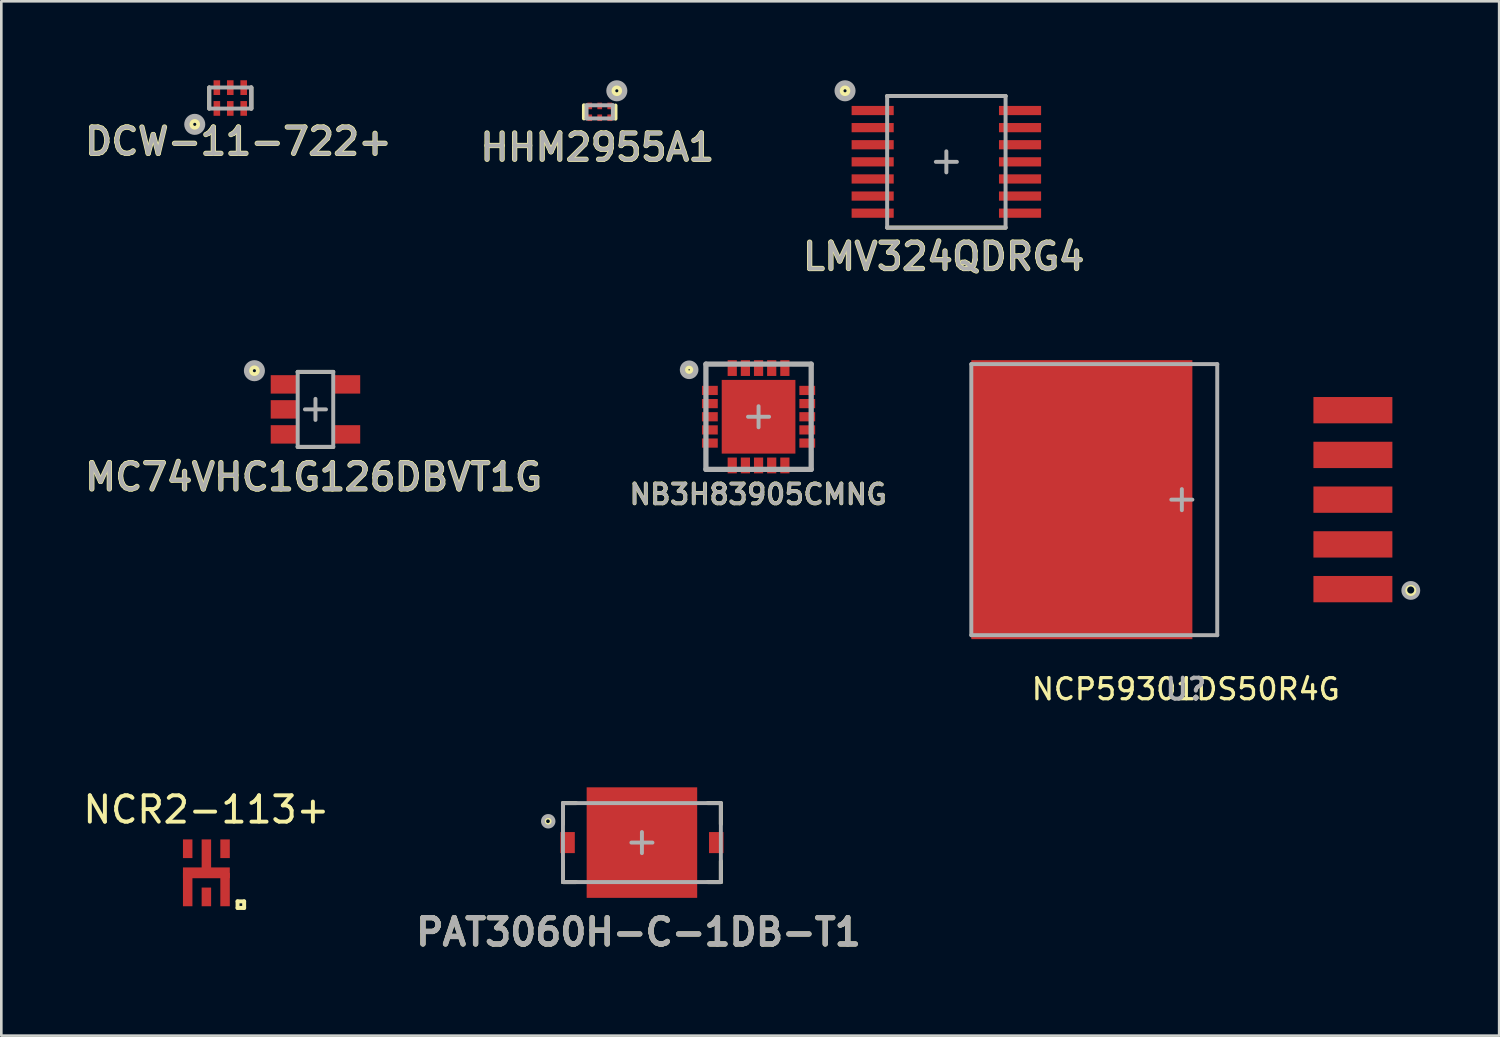
<source format=kicad_pcb>
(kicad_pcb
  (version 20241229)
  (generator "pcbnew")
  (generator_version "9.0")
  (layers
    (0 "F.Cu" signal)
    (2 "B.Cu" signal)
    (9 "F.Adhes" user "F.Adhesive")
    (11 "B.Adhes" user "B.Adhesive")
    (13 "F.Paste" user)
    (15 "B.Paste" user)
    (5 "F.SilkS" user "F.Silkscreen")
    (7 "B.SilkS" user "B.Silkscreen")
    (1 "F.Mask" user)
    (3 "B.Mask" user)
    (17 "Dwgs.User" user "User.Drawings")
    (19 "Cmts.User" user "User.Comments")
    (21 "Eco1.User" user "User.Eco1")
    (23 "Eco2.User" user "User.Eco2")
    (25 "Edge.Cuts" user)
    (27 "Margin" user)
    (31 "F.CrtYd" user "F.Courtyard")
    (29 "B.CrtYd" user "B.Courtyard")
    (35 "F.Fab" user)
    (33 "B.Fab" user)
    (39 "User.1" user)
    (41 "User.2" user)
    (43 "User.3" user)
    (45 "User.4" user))
  (footprint "NB3H83905CMNG"
    (layer "F.Cu")
    (at 25.774 12.786)
    (property "Reference" "NB3H83905CMNG" (at -0.016 2.949 0) (layer "F.SilkS") (effects (font (size 0.75 0.75) (thickness 0.15))))
    (attr through_hole)
    (fp_line (start -2 -2) (end -2 -1.3) (stroke (width 0.15) (type solid)) (layer "F.SilkS"))
    (fp_line (start -2 1.3) (end -2 2) (stroke (width 0.15) (type solid)) (layer "F.SilkS"))
    (fp_line (start -1.3 -2) (end -2 -2) (stroke (width 0.15) (type solid)) (layer "F.SilkS"))
    (fp_line (start -1.3 2) (end -2 2) (stroke (width 0.15) (type solid)) (layer "F.SilkS"))
    (fp_line (start 2 -2) (end 1.3 -2) (stroke (width 0.15) (type solid)) (layer "F.SilkS"))
    (fp_line (start 2 -2) (end 2 -1.3) (stroke (width 0.15) (type solid)) (layer "F.SilkS"))
    (fp_line (start 2 1.3) (end 2 2) (stroke (width 0.15) (type solid)) (layer "F.SilkS"))
    (fp_line (start 2 2) (end 1.3 2) (stroke (width 0.15) (type solid)) (layer "F.SilkS"))
    (fp_circle (center -2.638 -1.785) (end -2.764 -1.785) (stroke (width 0.2) (type solid)) (fill no) (layer "F.SilkS"))
    (fp_line (start -2 -2) (end -2 2) (stroke (width 0.2) (type solid)) (layer "F.Fab"))
    (fp_line (start -2 2) (end 2 2) (stroke (width 0.2) (type solid)) (layer "F.Fab"))
    (fp_line (start -0.4 0) (end 0.4 0) (stroke (width 0.15) (type solid)) (layer "F.Fab"))
    (fp_line (start 0 -0.4) (end 0 0.4) (stroke (width 0.15) (type solid)) (layer "F.Fab"))
    (fp_line (start 2 -2) (end -2 -2) (stroke (width 0.2) (type solid)) (layer "F.Fab"))
    (fp_line (start 2 -2) (end 2 2) (stroke (width 0.2) (type solid)) (layer "F.Fab"))
    (fp_circle (center -2.638 -1.785) (end -2.892 -1.785) (stroke (width 0.2) (type solid)) (fill no) (layer "F.Fab"))
    (fp_text user "${REFERENCE}" (at -0.016 2.949 0) (layer "F.Fab") (effects (font (size 0.75 0.75) (thickness 0.125))))
    (pad "1" smd rect (at -1.85 -1) (size 0.6 0.35) (layers "F.Cu" "F.Mask" "F.Paste"))
    (pad "2" smd rect (at -1.85 -0.5) (size 0.6 0.35) (layers "F.Cu" "F.Mask" "F.Paste"))
    (pad "3" smd rect (at -1.85 0) (size 0.6 0.35) (layers "F.Cu" "F.Mask" "F.Paste"))
    (pad "4" smd rect (at -1.85 0.5) (size 0.6 0.35) (layers "F.Cu" "F.Mask" "F.Paste"))
    (pad "5" smd rect (at -1.85 1) (size 0.6 0.35) (layers "F.Cu" "F.Mask" "F.Paste"))
    (pad "6" smd rect (at -1 1.85) (size 0.35 0.6) (layers "F.Cu" "F.Mask" "F.Paste"))
    (pad "7" smd rect (at -0.5 1.85) (size 0.35 0.6) (layers "F.Cu" "F.Mask" "F.Paste"))
    (pad "8" smd rect (at 0 1.85) (size 0.35 0.6) (layers "F.Cu" "F.Mask" "F.Paste"))
    (pad "9" smd rect (at 0.5 1.85) (size 0.35 0.6) (layers "F.Cu" "F.Mask" "F.Paste"))
    (pad "10" smd rect (at 1 1.85) (size 0.35 0.6) (layers "F.Cu" "F.Mask" "F.Paste"))
    (pad "11" smd rect (at 1.85 1) (size 0.6 0.35) (layers "F.Cu" "F.Mask" "F.Paste"))
    (pad "12" smd rect (at 1.85 0.5) (size 0.6 0.35) (layers "F.Cu" "F.Mask" "F.Paste"))
    (pad "13" smd rect (at 1.85 0) (size 0.6 0.35) (layers "F.Cu" "F.Mask" "F.Paste"))
    (pad "14" smd rect (at 1.85 -0.5) (size 0.6 0.35) (layers "F.Cu" "F.Mask" "F.Paste"))
    (pad "15" smd rect (at 1.85 -1) (size 0.6 0.35) (layers "F.Cu" "F.Mask" "F.Paste"))
    (pad "16" smd rect (at 1 -1.85) (size 0.35 0.6) (layers "F.Cu" "F.Mask" "F.Paste"))
    (pad "17" smd rect (at 0.5 -1.85) (size 0.35 0.6) (layers "F.Cu" "F.Mask" "F.Paste"))
    (pad "18" smd rect (at 0 -1.85) (size 0.35 0.6) (layers "F.Cu" "F.Mask" "F.Paste"))
    (pad "19" smd rect (at -0.5 -1.85) (size 0.35 0.6) (layers "F.Cu" "F.Mask" "F.Paste"))
    (pad "20" smd rect (at -1 -1.85) (size 0.35 0.6) (layers "F.Cu" "F.Mask" "F.Paste"))
    (pad "21" smd rect (at 0 0) (size 2.8 2.8) (layers "F.Cu" "F.Mask")))
  (footprint "MC74VHC1G126DBVT1G"
    (layer "F.Cu")
    (at 8.937 12.506)
    (property "Reference" "MC74VHC1G126DBVT1G" (at -0.07 2.57 0) (layer "F.SilkS") (effects (font (size 1 1) (thickness 0.2))))
    (attr through_hole)
    (fp_line (start -0.675 -1.425) (end 0.675 -1.425) (stroke (width 0.15) (type solid)) (layer "F.SilkS"))
    (fp_line (start -0.675 1.425) (end 0.675 1.425) (stroke (width 0.15) (type solid)) (layer "F.SilkS"))
    (fp_circle (center -2.32 -1.47) (end -2.17 -1.42) (stroke (width 0.2) (type solid)) (fill no) (layer "F.SilkS"))
    (fp_line (start -0.675 -1.425) (end -0.675 1.425) (stroke (width 0.15) (type solid)) (layer "F.Fab"))
    (fp_line (start -0.675 -1.425) (end 0.675 -1.425) (stroke (width 0.15) (type solid)) (layer "F.Fab"))
    (fp_line (start -0.675 1.425) (end 0.675 1.425) (stroke (width 0.15) (type solid)) (layer "F.Fab"))
    (fp_line (start -0.4 0) (end 0.4 0) (stroke (width 0.15) (type solid)) (layer "F.Fab"))
    (fp_line (start 0 -0.4) (end 0 0.4) (stroke (width 0.15) (type solid)) (layer "F.Fab"))
    (fp_line (start 0.675 -1.425) (end 0.675 1.425) (stroke (width 0.15) (type solid)) (layer "F.Fab"))
    (fp_circle (center -2.32 -1.47) (end -2.02 -1.47) (stroke (width 0.2) (type solid)) (fill no) (layer "F.Fab"))
    (fp_text user "${REFERENCE}" (at -0.07 2.57 0) (layer "F.Fab") (effects (font (size 1 1) (thickness 0.15))))
    (pad "1" smd rect (at -1.2 -0.95) (size 1 0.7) (layers "F.Cu" "F.Mask" "F.Paste"))
    (pad "2" smd rect (at -1.2 0) (size 1 0.7) (layers "F.Cu" "F.Mask" "F.Paste"))
    (pad "3" smd rect (at -1.2 0.95) (size 1 0.7) (layers "F.Cu" "F.Mask" "F.Paste"))
    (pad "4" smd rect (at 1.2 0.95) (size 1 0.7) (layers "F.Cu" "F.Mask" "F.Paste"))
    (pad "5" smd rect (at 1.2 -0.95) (size 1 0.7) (layers "F.Cu" "F.Mask" "F.Paste")))
  (footprint "PAT3060H-C-1DB-T1"
    (layer "F.Cu")
    (at 21.342 28.967)
    (property "Reference" "PAT3060H-C-1DB-T1" (at -0.13 3.4 0) (layer "F.SilkS") (effects (font (size 1 1) (thickness 0.2))))
    (attr through_hole)
    (fp_line (start -3 -1.5) (end -3 -0.7) (stroke (width 0.15) (type solid)) (layer "F.SilkS"))
    (fp_line (start -3 -1.5) (end -2.5 -1.5) (stroke (width 0.15) (type solid)) (layer "F.SilkS"))
    (fp_line (start -3 0.7) (end -3 1.5) (stroke (width 0.15) (type solid)) (layer "F.SilkS"))
    (fp_line (start -3 1.5) (end -2.5 1.5) (stroke (width 0.15) (type solid)) (layer "F.SilkS"))
    (fp_line (start 2.5 -1.5) (end 3 -1.5) (stroke (width 0.15) (type solid)) (layer "F.SilkS"))
    (fp_line (start 2.5 1.5) (end 3 1.5) (stroke (width 0.15) (type solid)) (layer "F.SilkS"))
    (fp_line (start 3 -1.5) (end 3 -0.7) (stroke (width 0.15) (type solid)) (layer "F.SilkS"))
    (fp_line (start 3 0.7) (end 3 1.5) (stroke (width 0.15) (type solid)) (layer "F.SilkS"))
    (fp_circle (center -3.57 -0.81) (end -3.463 -0.71) (stroke (width 0.152) (type solid)) (fill no) (layer "F.SilkS"))
    (fp_line (start -3 -1.5) (end -3 1.5) (stroke (width 0.15) (type solid)) (layer "F.Fab"))
    (fp_line (start -0.4 0) (end 0.4 0) (stroke (width 0.15) (type solid)) (layer "F.Fab"))
    (fp_line (start 0 -0.4) (end 0 0.4) (stroke (width 0.15) (type solid)) (layer "F.Fab"))
    (fp_line (start 3 -1.5) (end -3 -1.5) (stroke (width 0.15) (type solid)) (layer "F.Fab"))
    (fp_line (start 3 -1.5) (end 3 1.5) (stroke (width 0.15) (type solid)) (layer "F.Fab"))
    (fp_line (start 3 1.5) (end -3 1.5) (stroke (width 0.15) (type solid)) (layer "F.Fab"))
    (fp_circle (center -3.56 -0.81) (end -3.36 -0.81) (stroke (width 0.15) (type solid)) (fill no) (layer "F.Fab"))
    (fp_text user "${REFERENCE}" (at -0.13 3.4 0) (layer "F.Fab") (effects (font (size 1 1) (thickness 0.2))))
    (pad "1" smd rect (at -2.825 0) (size 0.55 0.8) (layers "F.Cu" "F.Mask" "F.Paste"))
    (pad "2" smd rect (at 2.825 0) (size 0.55 0.8) (layers "F.Cu" "F.Mask" "F.Paste"))
    (pad "3" smd rect (at 0 0) (size 4.2 4.2) (layers "F.Cu" "F.Mask" "F.Paste")))
  (footprint "LMV324QDRG4"
    (layer "F.Cu")
    (at 32.91 3.1)
    (property "Reference" "LMV324QDRG4" (at -0.1 3.6 0) (layer "F.SilkS") (effects (font (size 1 1) (thickness 0.2))))
    (attr through_hole)
    (fp_line (start -2.25 -2.5) (end 2.25 -2.5) (stroke (width 0.15) (type solid)) (layer "F.SilkS"))
    (fp_line (start -2.25 2.5) (end 2.25 2.5) (stroke (width 0.15) (type solid)) (layer "F.SilkS"))
    (fp_circle (center -3.85 -2.7) (end -3.7 -2.65) (stroke (width 0.2) (type solid)) (fill no) (layer "F.SilkS"))
    (fp_line (start -2.25 -2.5) (end -2.25 2.5) (stroke (width 0.15) (type solid)) (layer "F.Fab"))
    (fp_line (start -2.25 -2.5) (end 2.25 -2.5) (stroke (width 0.15) (type solid)) (layer "F.Fab"))
    (fp_line (start -2.25 2.5) (end 2.25 2.5) (stroke (width 0.15) (type solid)) (layer "F.Fab"))
    (fp_line (start -0.4 0) (end 0.4 0) (stroke (width 0.15) (type solid)) (layer "F.Fab"))
    (fp_line (start 0 -0.4) (end 0 0.4) (stroke (width 0.15) (type solid)) (layer "F.Fab"))
    (fp_line (start 2.25 -2.5) (end 2.25 2.5) (stroke (width 0.15) (type solid)) (layer "F.Fab"))
    (fp_circle (center -3.85 -2.7) (end -3.55 -2.7) (stroke (width 0.2) (type solid)) (fill no) (layer "F.Fab"))
    (fp_text user "${REFERENCE}" (at -0.1 3.6 0) (layer "F.Fab") (effects (font (size 1 1) (thickness 0.15))))
    (pad "1" smd rect (at -2.8 -1.95) (size 1.6 0.35) (layers "F.Cu" "F.Mask" "F.Paste"))
    (pad "2" smd rect (at -2.8 -1.3) (size 1.6 0.35) (layers "F.Cu" "F.Mask" "F.Paste"))
    (pad "3" smd rect (at -2.8 -0.65) (size 1.6 0.35) (layers "F.Cu" "F.Mask" "F.Paste"))
    (pad "4" smd rect (at -2.8 0) (size 1.6 0.35) (layers "F.Cu" "F.Mask" "F.Paste"))
    (pad "5" smd rect (at -2.8 0.65) (size 1.6 0.35) (layers "F.Cu" "F.Mask" "F.Paste"))
    (pad "6" smd rect (at -2.8 1.3) (size 1.6 0.35) (layers "F.Cu" "F.Mask" "F.Paste"))
    (pad "7" smd rect (at -2.8 1.95) (size 1.6 0.35) (layers "F.Cu" "F.Mask" "F.Paste"))
    (pad "8" smd rect (at 2.8 1.95) (size 1.6 0.35) (layers "F.Cu" "F.Mask" "F.Paste"))
    (pad "9" smd rect (at 2.8 1.3) (size 1.6 0.35) (layers "F.Cu" "F.Mask" "F.Paste"))
    (pad "10" smd rect (at 2.8 0.65) (size 1.6 0.35) (layers "F.Cu" "F.Mask" "F.Paste"))
    (pad "11" smd rect (at 2.8 0) (size 1.6 0.35) (layers "F.Cu" "F.Mask" "F.Paste"))
    (pad "12" smd rect (at 2.8 -0.65) (size 1.6 0.35) (layers "F.Cu" "F.Mask" "F.Paste"))
    (pad "13" smd rect (at 2.8 -1.3) (size 1.6 0.35) (layers "F.Cu" "F.Mask" "F.Paste"))
    (pad "14" smd rect (at 2.8 -1.95) (size 1.6 0.35) (layers "F.Cu" "F.Mask" "F.Paste")))
  (footprint "DCW-11-722+"
    (layer "F.Cu")
    (at 5.7 0.675)
    (property "Reference" "DCW-11-722+" (at 0.31 1.65 0) (layer "F.SilkS") (effects (font (size 1 1) (thickness 0.2))))
    (attr through_hole)
    (fp_line (start -0.8 -0.4) (end -0.8 0.4) (stroke (width 0.15) (type solid)) (layer "F.SilkS"))
    (fp_line (start 0.8 -0.4) (end 0.8 0.4) (stroke (width 0.15) (type solid)) (layer "F.SilkS"))
    (fp_circle (center -1.35 1) (end -1.2 1.05) (stroke (width 0.2) (type solid)) (fill no) (layer "F.SilkS"))
    (fp_line (start -0.8 -0.4) (end -0.8 0.4) (stroke (width 0.15) (type solid)) (layer "F.Fab"))
    (fp_line (start -0.8 -0.4) (end 0.8 -0.4) (stroke (width 0.15) (type solid)) (layer "F.Fab"))
    (fp_line (start -0.8 0.4) (end 0.8 0.4) (stroke (width 0.15) (type solid)) (layer "F.Fab"))
    (fp_line (start 0.8 -0.4) (end 0.8 0.4) (stroke (width 0.15) (type solid)) (layer "F.Fab"))
    (fp_line (start 0.8 -0.4) (end 0.8 0.4) (stroke (width 0.15) (type solid)) (layer "F.Fab"))
    (fp_circle (center -1.35 1) (end -1.05 1) (stroke (width 0.2) (type solid)) (fill no) (layer "F.Fab"))
    (fp_text user "${REFERENCE}" (at 0.31 1.65 0) (layer "F.Fab") (effects (font (size 1 1) (thickness 0.15))))
    (pad "1" smd rect (at -0.51 0.395) (size 0.25 0.56) (layers "F.Cu" "F.Mask" "F.Paste"))
    (pad "2" smd rect (at 0 0.395) (size 0.25 0.56) (layers "F.Cu" "F.Mask" "F.Paste"))
    (pad "3" smd rect (at 0.51 0.395) (size 0.25 0.56) (layers "F.Cu" "F.Mask" "F.Paste"))
    (pad "4" smd rect (at 0.51 -0.395) (size 0.25 0.56) (layers "F.Cu" "F.Mask" "F.Paste"))
    (pad "5" smd rect (at 0 -0.395) (size 0.25 0.56) (layers "F.Cu" "F.Mask" "F.Paste"))
    (pad "6" smd rect (at -0.51 -0.395) (size 0.25 0.56) (layers "F.Cu" "F.Mask" "F.Paste")))
  (footprint "NCP59301DS50R4G"
    (layer "F.Cu")
    (at 41.858 15.936)
    (property "Reference" "NCP59301DS50R4G" (at 0.15 7.2 0) (layer "F.SilkS") (effects (font (size 0.8 0.8) (thickness 0.125))))
    (attr smd)
    (fp_circle (center 8.697 3.434) (end 8.899 3.378) (stroke (width 0.15) (type solid)) (fill no) (layer "F.SilkS"))
    (fp_line (start -8 -5.15) (end 1.347 -5.15) (stroke (width 0.15) (type solid)) (layer "F.Fab"))
    (fp_line (start -8 5.15) (end -8 -5.15) (stroke (width 0.15) (type solid)) (layer "F.Fab"))
    (fp_line (start -8 5.15) (end 1.347 5.15) (stroke (width 0.15) (type solid)) (layer "F.Fab"))
    (fp_line (start -0.4 0) (end 0.4 0) (stroke (width 0.15) (type solid)) (layer "F.Fab"))
    (fp_line (start 0 -0.4) (end 0 0.4) (stroke (width 0.15) (type solid)) (layer "F.Fab"))
    (fp_line (start 1.345 5.15) (end 1.345 -5.15) (stroke (width 0.15) (type solid)) (layer "F.Fab"))
    (fp_circle (center 8.7 3.45) (end 8.9 3.65) (stroke (width 0.15) (type solid)) (fill no) (layer "F.Fab"))
    (fp_text user "U?" (at 0.15 7.2 0) (layer "F.Fab") (effects (font (size 0.8 0.8) (thickness 0.15))))
    (pad "1" smd rect (at 6.5 3.4) (size 3 1) (layers "F.Cu" "F.Mask" "F.Paste"))
    (pad "2" smd rect (at 6.5 1.7) (size 3 1) (layers "F.Cu" "F.Mask" "F.Paste"))
    (pad "3" smd rect (at -3.8 0) (size 8.4 10.6) (layers "F.Cu" "F.Mask" "F.Paste"))
    (pad "3" smd rect (at 6.5 0) (size 3 1) (layers "F.Cu" "F.Mask" "F.Paste"))
    (pad "4" smd rect (at 6.5 -1.7) (size 3 1) (layers "F.Cu" "F.Mask" "F.Paste"))
    (pad "5" smd rect (at 6.5 -3.4) (size 3 1) (layers "F.Cu" "F.Mask" "F.Paste")))
  (footprint "HHM2955A1"
    (layer "F.Cu")
    (at 19.738 1.2)
    (property "Reference" "HHM2955A1" (at -0.09 1.35 0) (layer "F.SilkS") (effects (font (size 1 1) (thickness 0.2))))
    (attr through_hole)
    (fp_line (start -0.6 -0.25) (end -0.6 0.25) (stroke (width 0.15) (type solid)) (layer "F.SilkS"))
    (fp_line (start 0.6 -0.24) (end 0.6 0.26) (stroke (width 0.15) (type solid)) (layer "F.SilkS"))
    (fp_circle (center 0.65 -0.8) (end 0.8 -0.75) (stroke (width 0.2) (type solid)) (fill no) (layer "F.SilkS"))
    (fp_line (start -0.5 -0.25) (end -0.5 0.25) (stroke (width 0.15) (type solid)) (layer "F.Fab"))
    (fp_line (start -0.5 -0.25) (end 0.5 -0.25) (stroke (width 0.15) (type solid)) (layer "F.Fab"))
    (fp_line (start -0.5 0.25) (end 0.5 0.25) (stroke (width 0.15) (type solid)) (layer "F.Fab"))
    (fp_line (start 0.5 -0.25) (end 0.5 0.25) (stroke (width 0.15) (type solid)) (layer "F.Fab"))
    (fp_circle (center 0.65 -0.8) (end 0.95 -0.8) (stroke (width 0.2) (type solid)) (fill no) (layer "F.Fab"))
    (fp_text user "${REFERENCE}" (at -0.09 1.35 0) (layer "F.Fab") (effects (font (size 1 1) (thickness 0.15))))
    (pad "1" smd rect (at 0.38 -0.225) (size 0.18 0.25) (layers "F.Cu" "F.Mask" "F.Paste"))
    (pad "2" smd rect (at 0 -0.225) (size 0.18 0.25) (layers "F.Cu" "F.Mask" "F.Paste"))
    (pad "3" smd rect (at -0.38 -0.225) (size 0.18 0.25) (layers "F.Cu" "F.Mask" "F.Paste"))
    (pad "4" smd rect (at -0.38 0.225) (size 0.18 0.25) (layers "F.Cu" "F.Mask" "F.Paste"))
    (pad "5" smd rect (at 0 0.225) (size 0.18 0.25) (layers "F.Cu" "F.Mask" "F.Paste"))
    (pad "6" smd rect (at 0.38 0.225) (size 0.18 0.25) (layers "F.Cu" "F.Mask" "F.Paste")))
  (footprint "NCR2-113+"
    (layer "F.Cu")
    (at 4.792 30.116)
    (property "Reference" "NCR2-113+" (at 0 -2.4 0) (layer "F.SilkS") (effects (font (size 1 1) (thickness 0.15))))
    (attr smd)
    (fp_line (start 1.185 1.084) (end 1.435 1.084) (stroke (width 0.15) (type solid)) (layer "F.SilkS"))
    (fp_line (start 1.185 1.334) (end 1.185 1.084) (stroke (width 0.15) (type solid)) (layer "F.SilkS"))
    (fp_line (start 1.435 1.084) (end 1.435 1.334) (stroke (width 0.15) (type solid)) (layer "F.SilkS"))
    (fp_line (start 1.435 1.334) (end 1.185 1.334) (stroke (width 0.15) (type solid)) (layer "F.SilkS"))
    (pad "1" smd rect (at 0.71 0.635) (size 0.36 1.27) (layers "F.Cu" "F.Mask" "F.Paste"))
    (pad "2" smd rect (at 0 0.915) (size 0.36 0.71) (layers "F.Cu" "F.Mask" "F.Paste"))
    (pad "3" smd rect (at -0.71 0.635) (size 0.36 1.27) (layers "F.Cu" "F.Mask" "F.Paste"))
    (pad "4" smd rect (at -0.71 -0.915) (size 0.36 0.71) (layers "F.Cu" "F.Mask" "F.Paste"))
    (pad "5" smd rect (at 0 -0.635) (size 0.36 1.27) (layers "F.Cu" "F.Mask" "F.Paste"))
    (pad "5" smd rect (at 0 0) (size 1.78 0.41) (layers "F.Cu" "F.Mask" "F.Paste"))
    (pad "6" smd rect (at 0.71 -0.915) (size 0.36 0.71) (layers "F.Cu" "F.Mask" "F.Paste")))
  (gr_rect
    (start -3 -3)
    (end 53.916 36.303)
    (stroke (width 0.1) (type default))
    (fill no)
    (layer "Edge.Cuts")))
</source>
